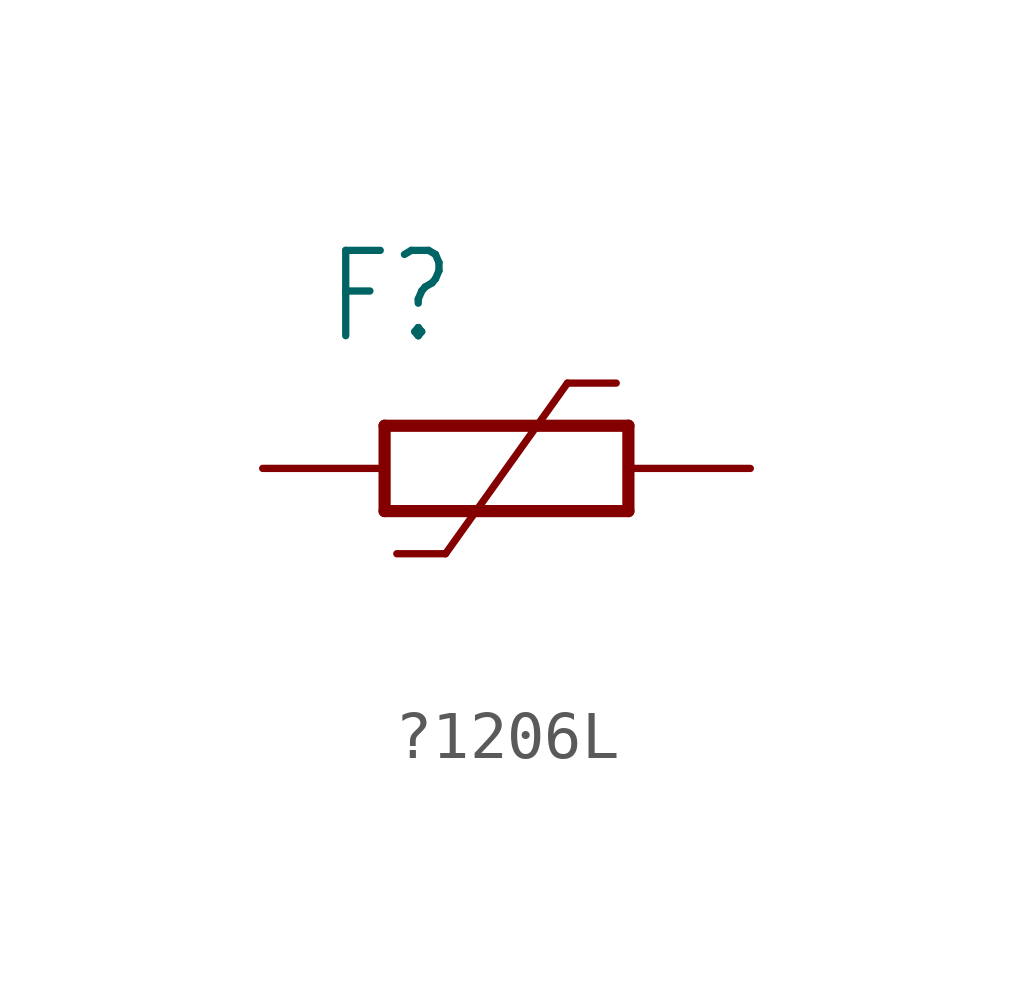
<source format=kicad_sym>
(kicad_symbol_lib
  (version 20231120)
  (generator "kicad_symbol_editor")
  (generator_version "8.0")
  (symbol "?1206L"
    (property "Reference" "F"
      (at -3.81 2.54 0)
      (effects (font (size 1.778 1.511)) (justify left bottom)))
    (property "Value" ""
      (at -3.81 -3.81 0)
      (effects (font (size 1.778 1.511)) (justify left bottom)))
    (property "ki_locked" ""
      (at 0 0 0)
      (effects (font (size 1.27 1.27))))
    (symbol "?1206L_1_0"
      (polyline (pts (xy -2.54 -0.889) (xy 2.54 -0.889)) (stroke (width 0.254) (type solid)) (fill (type none)))
      (polyline (pts (xy -2.54 0.889) (xy -2.54 -0.889)) (stroke (width 0.254) (type solid)) (fill (type none)))
      (polyline (pts (xy -1.27 -1.778) (xy -2.286 -1.778)) (stroke (width 0.152) (type solid)) (fill (type none)))
      (polyline (pts (xy 1.27 1.778) (xy -1.27 -1.778)) (stroke (width 0.152) (type solid)) (fill (type none)))
      (polyline (pts (xy 1.27 1.778) (xy 2.286 1.778)) (stroke (width 0.152) (type solid)) (fill (type none)))
      (polyline (pts (xy 2.54 0.889) (xy -2.54 0.889)) (stroke (width 0.254) (type solid)) (fill (type none)))
      (polyline (pts (xy 2.54 0.889) (xy 2.54 -0.889)) (stroke (width 0.254) (type solid)) (fill (type none)))
      (pin passive line (at 5.08 0 180) (length 2.54) (name "1" (effects (font (size 0 0)))) (number "1" (effects (font (size 0 0)))))
      (pin passive line (at -5.08 0 0) (length 2.54) (name "2" (effects (font (size 0 0)))) (number "2" (effects (font (size 0 0))))))))
</source>
